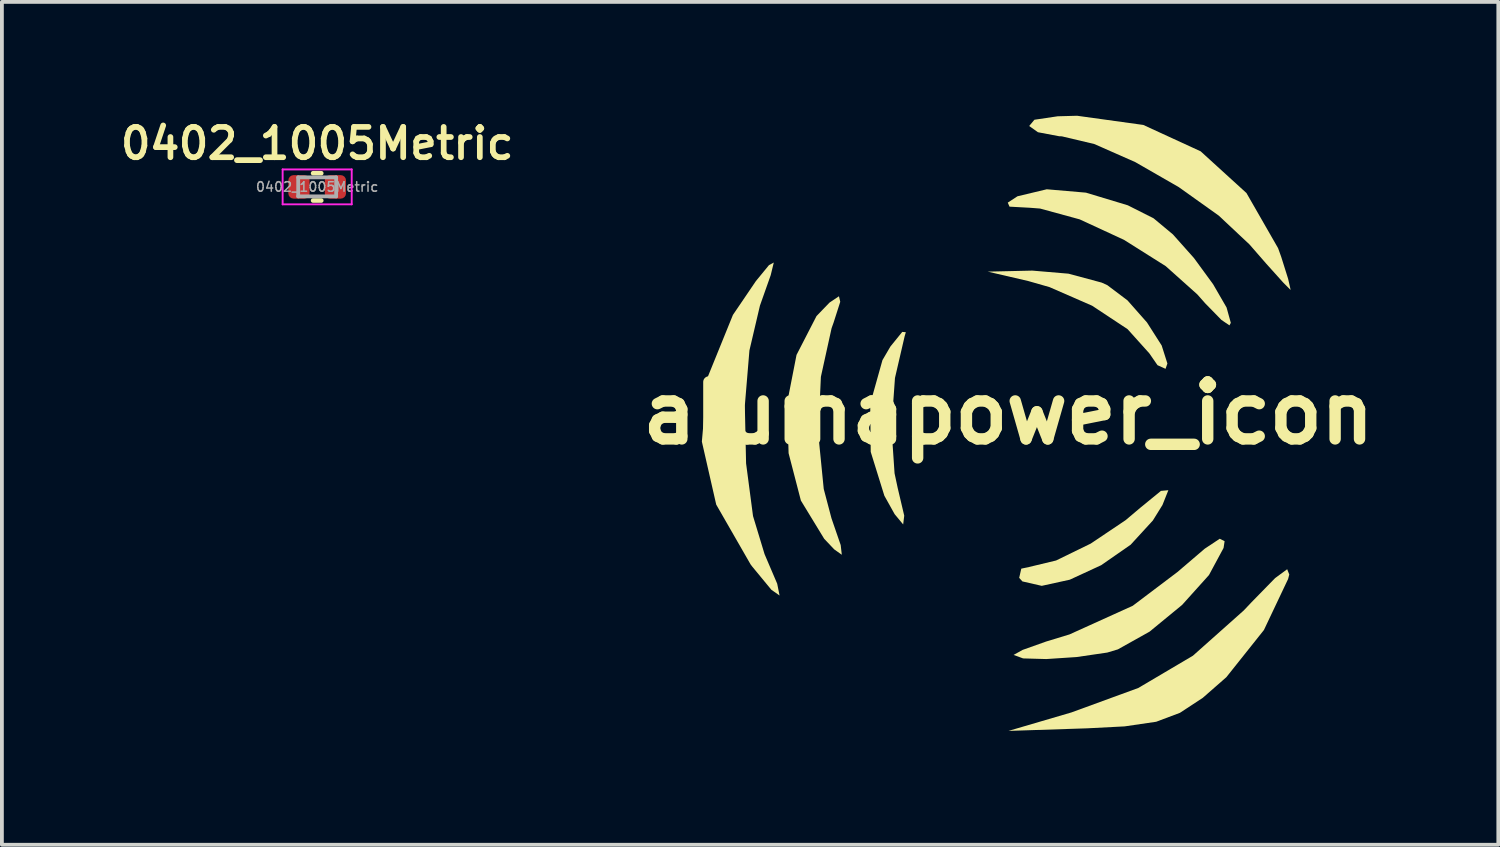
<source format=kicad_pcb>
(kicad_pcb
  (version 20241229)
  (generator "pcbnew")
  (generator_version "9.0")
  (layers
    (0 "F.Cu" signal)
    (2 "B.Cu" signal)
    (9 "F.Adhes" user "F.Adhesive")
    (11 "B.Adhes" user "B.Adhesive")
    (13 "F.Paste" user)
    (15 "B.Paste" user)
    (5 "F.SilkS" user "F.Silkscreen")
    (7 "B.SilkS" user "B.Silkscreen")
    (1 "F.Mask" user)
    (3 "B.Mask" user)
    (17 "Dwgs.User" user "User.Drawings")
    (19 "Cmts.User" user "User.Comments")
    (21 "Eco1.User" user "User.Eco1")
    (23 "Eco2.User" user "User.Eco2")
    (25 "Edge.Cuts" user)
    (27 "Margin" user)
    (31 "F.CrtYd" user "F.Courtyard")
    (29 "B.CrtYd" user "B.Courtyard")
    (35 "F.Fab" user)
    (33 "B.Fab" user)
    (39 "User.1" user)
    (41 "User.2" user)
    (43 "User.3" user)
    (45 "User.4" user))
  (footprint "alumapower_icon"
    (layer "F.Cu")
    (at 23.521 7.836)
    (property "Reference" "alumapower_icon" (at 0 0 0) (layer "F.SilkS") (effects (font (size 1.5 1.5) (thickness 0.3))))
    (attr board_only exclude_from_pos_files exclude_from_bom)
    (fp_poly (pts (xy -2.704 -2.133) (xy -2.735 -2.027) (xy -2.99 -0.927) (xy -3.083 0.375) (xy -3.001 1.584) (xy -2.919 1.968) (xy -2.746 2.701) (xy -2.774 2.932) (xy -2.999 2.661) (xy -3.27 2.175) (xy -3.629 1.02) (xy -3.642 -0.247) (xy -3.32 -1.397) (xy -3.11 -1.756) (xy -2.798 -2.141)) (stroke (width 0) (type solid)) (fill yes) (layer "F.SilkS"))
    (fp_poly (pts (xy 1.583 -3.675) (xy 2.456 -3.44) (xy 2.604 -3.373) (xy 3.136 -2.972) (xy 3.65 -2.39) (xy 4.037 -1.783) (xy 4.188 -1.308) (xy 4.139 -1.168) (xy 3.927 -1.264) (xy 3.713 -1.574) (xy 3.139 -2.213) (xy 2.204 -2.831) (xy 1.082 -3.321) (xy 0.522 -3.481) (xy -0.546 -3.729) (xy 0.628 -3.756)) (stroke (width 0) (type solid)) (fill yes) (layer "F.SilkS"))
    (fp_poly (pts (xy 4.058 2.42) (xy 3.805 2.828) (xy 3.22 3.466) (xy 2.443 4.006) (xy 1.616 4.388) (xy 0.877 4.55) (xy 0.367 4.433) (xy 0.283 4.339) (xy 0.338 4.097) (xy 0.544 4.053) (xy 1.255 3.882) (xy 2.167 3.437) (xy 3.086 2.82) (xy 3.482 2.486) (xy 4.018 2.048) (xy 4.213 2.03)) (stroke (width 0) (type solid)) (fill yes) (layer "F.SilkS"))
    (fp_poly (pts (xy 7.399 4.251) (xy 7.368 4.37) (xy 6.731 5.714) (xy 5.741 6.957) (xy 5.12 7.501) (xy 4.518 7.896) (xy 3.893 8.131) (xy 3.06 8.253) (xy 2.074 8.304) (xy -0.000001 8.372) (xy 1.66 7.885) (xy 3.421 7.241) (xy 4.86 6.391) (xy 6.197 5.201) (xy 6.41 4.976) (xy 7.027 4.345) (xy 7.344 4.112)) (stroke (width 0) (type solid)) (fill yes) (layer "F.SilkS"))
    (fp_poly (pts (xy -4.432 -2.934) (xy -4.607 -2.387) (xy -4.66 -2.239) (xy -4.942 -0.958) (xy -5.011 0.545) (xy -4.867 1.997) (xy -4.663 2.77) (xy -4.42 3.476) (xy -4.391 3.731) (xy -4.592 3.588) (xy -4.855 3.31) (xy -5.469 2.303) (xy -5.793 1.055) (xy -5.83 -0.278) (xy -5.584 -1.535) (xy -5.057 -2.559) (xy -4.714 -2.914) (xy -4.466 -3.08)) (stroke (width 0) (type solid)) (fill yes) (layer "F.SilkS"))
    (fp_poly (pts (xy 5.695 3.373) (xy 5.668 3.552) (xy 5.283 4.266) (xy 4.576 5.052) (xy 3.718 5.757) (xy 2.883 6.224) (xy 2.603 6.308) (xy 1.794 6.426) (xy 0.997 6.479) (xy 0.386 6.462) (xy 0.137 6.371) (xy 0.137 6.369) (xy 0.375 6.237) (xy 0.991 6.018) (xy 1.608 5.83) (xy 3.275 5.075) (xy 4.451 4.187) (xy 5.172 3.571) (xy 5.567 3.309)) (stroke (width 0) (type solid)) (fill yes) (layer "F.SilkS"))
    (fp_poly (pts (xy -6.264 -3.636) (xy -6.542 -2.85) (xy -6.547 -2.837) (xy -6.825 -1.652) (xy -6.946 -0.199) (xy -6.913 1.323) (xy -6.73 2.712) (xy -6.426 3.715) (xy -6.093 4.494) (xy -6.031 4.805) (xy -6.247 4.653) (xy -6.749 4.045) (xy -6.795 3.984) (xy -7.7 2.409) (xy -8.078 0.75) (xy -7.931 -0.935) (xy -7.26 -2.588) (xy -6.653 -3.482) (xy -6.31 -3.9) (xy -6.183 -3.969)) (stroke (width 0) (type solid)) (fill yes) (layer "F.SilkS"))
    (fp_poly (pts (xy 2.042 -5.81) (xy 3.144 -5.477) (xy 3.824 -5.134) (xy 4.333 -4.71) (xy 4.888 -4.087) (xy 5.391 -3.399) (xy 5.747 -2.784) (xy 5.859 -2.379) (xy 5.823 -2.313) (xy 5.612 -2.456) (xy 5.183 -2.895) (xy 4.975 -3.13) (xy 4.143 -3.874) (xy 3.045 -4.566) (xy 1.877 -5.106) (xy 0.833 -5.391) (xy 0.561 -5.412) (xy 0.028 -5.441) (xy -0.018 -5.547) (xy 0.237 -5.714) (xy 1.01 -5.899)) (stroke (width 0) (type solid)) (fill yes) (layer "F.SilkS"))
    (fp_poly (pts (xy 3.553 -7.594) (xy 5.064 -6.899) (xy 6.271 -5.8) (xy 7.104 -4.348) (xy 7.186 -4.121) (xy 7.369 -3.539) (xy 7.433 -3.257) (xy 7.428 -3.251) (xy 7.237 -3.444) (xy 6.798 -3.932) (xy 6.349 -4.447) (xy 5.542 -5.204) (xy 4.487 -5.956) (xy 3.341 -6.615) (xy 2.262 -7.091) (xy 1.406 -7.294) (xy 1.338 -7.296) (xy 0.777 -7.402) (xy 0.546 -7.566) (xy 0.684 -7.731) (xy 1.297 -7.822) (xy 1.809 -7.836)) (stroke (width 0) (type solid)) (fill yes) (layer "F.SilkS")))
  (footprint "0402_1005Metric"
    (layer "F.Cu")
    (at 5.307 1.874)
    (property "Reference" "0402_1005Metric" (at 0 -1.143 0) (layer "F.SilkS") (effects (font (size 0.8 0.8) (thickness 0.15))))
    (attr smd)
    (fp_line (start -0.108 -0.36) (end 0.108 -0.36) (stroke (width 0.12) (type solid)) (layer "F.SilkS"))
    (fp_line (start -0.108 0.36) (end 0.108 0.36) (stroke (width 0.12) (type solid)) (layer "F.SilkS"))
    (fp_line (start -0.91 -0.46) (end 0.91 -0.46) (stroke (width 0.05) (type solid)) (layer "F.CrtYd"))
    (fp_line (start -0.91 0.46) (end -0.91 -0.46) (stroke (width 0.05) (type solid)) (layer "F.CrtYd"))
    (fp_line (start 0.91 -0.46) (end 0.91 0.46) (stroke (width 0.05) (type solid)) (layer "F.CrtYd"))
    (fp_line (start 0.91 0.46) (end -0.91 0.46) (stroke (width 0.05) (type solid)) (layer "F.CrtYd"))
    (fp_line (start -0.5 -0.25) (end 0.5 -0.25) (stroke (width 0.1) (type solid)) (layer "F.Fab"))
    (fp_line (start -0.5 0.25) (end -0.5 -0.25) (stroke (width 0.1) (type solid)) (layer "F.Fab"))
    (fp_line (start 0.5 -0.25) (end 0.5 0.25) (stroke (width 0.1) (type solid)) (layer "F.Fab"))
    (fp_line (start 0.5 0.25) (end -0.5 0.25) (stroke (width 0.1) (type solid)) (layer "F.Fab"))
    (fp_text user "${REFERENCE}" (at 0 0 0) (layer "F.Fab") (effects (font (size 0.25 0.25) (thickness 0.04))))
    (pad "1" smd roundrect (at -0.48 0) (size 0.56 0.62) (layers "F.Cu" "F.Mask" "F.Paste") (roundrect_rratio 0.25))
    (pad "2" smd roundrect (at 0.48 0) (size 0.56 0.62) (layers "F.Cu" "F.Mask" "F.Paste") (roundrect_rratio 0.25)))
  (gr_rect
    (start -3 -3)
    (end 36.428 19.208)
    (stroke (width 0.1) (type default))
    (fill no)
    (layer "Edge.Cuts")))
</source>
